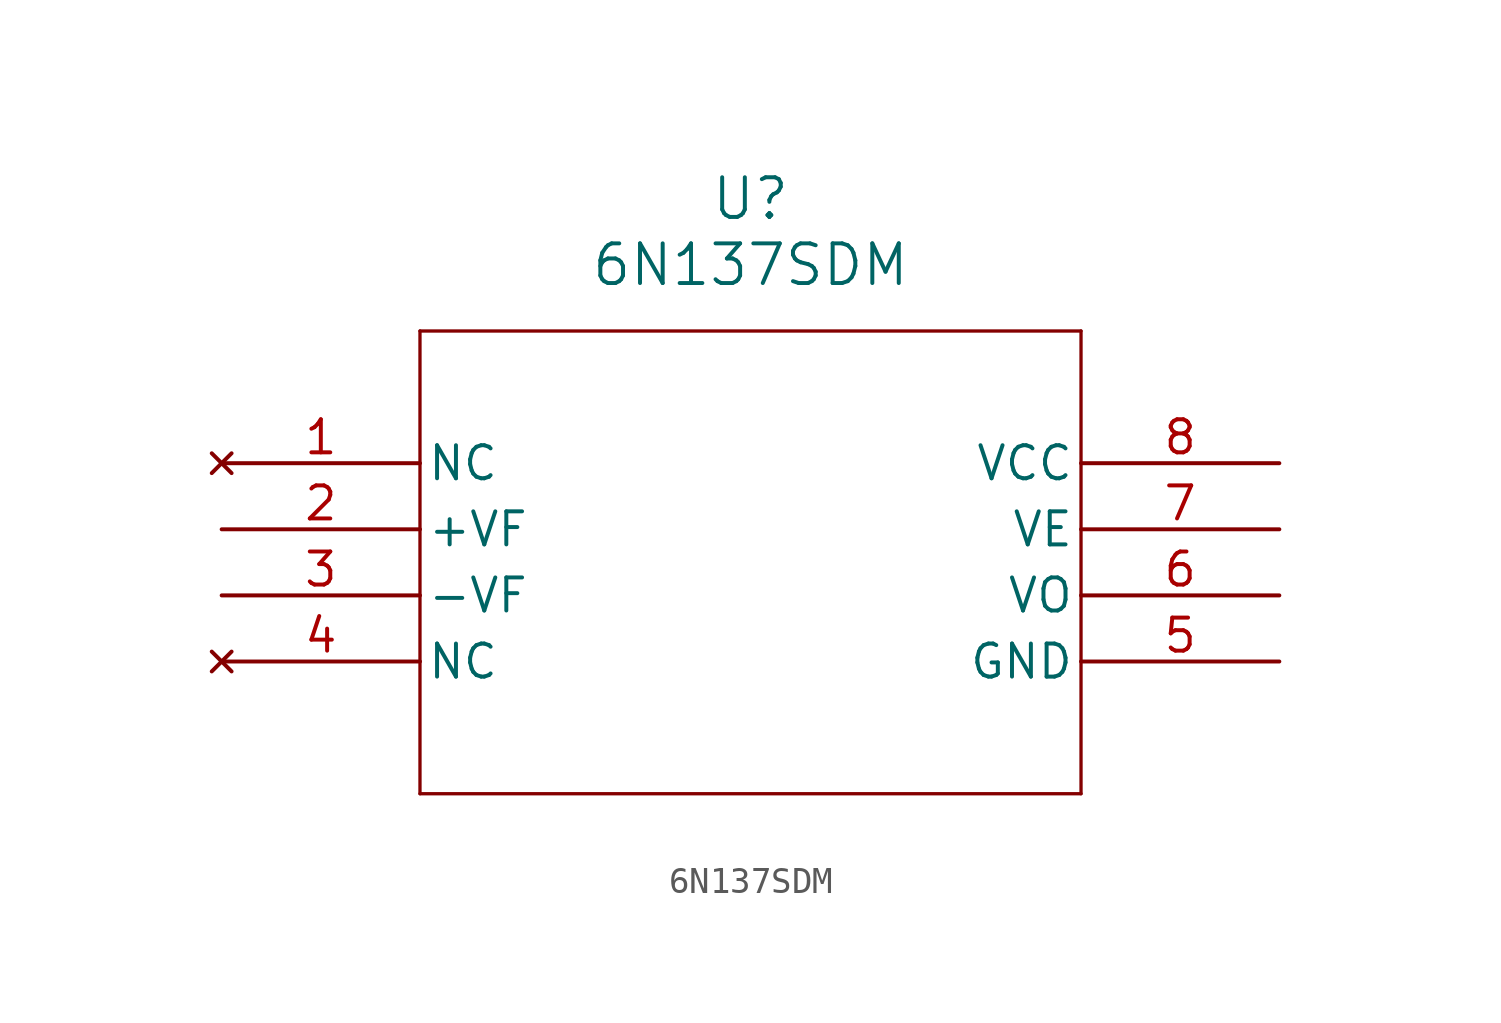
<source format=kicad_sym>
(kicad_symbol_lib
  (version 20211014)
  (generator kicad_symbol_editor)
  (symbol "6N137SDM"
    (pin_names
      (offset 0.254))
    (property "Reference" "U"
      (at 20.32 10.16 0)
      (effects (font (size 1.524 1.524))))
    (property "Value" "6N137SDM"
      (at 20.32 7.62 0)
      (effects (font (size 1.524 1.524))))
    (polyline
      (pts (xy 7.62 5.08) (xy 7.62 -12.7))
      (stroke (width 0.127) (type default) (color 0 0 0 0))
      (fill (type none)))
    (polyline
      (pts (xy 7.62 -12.7) (xy 33.02 -12.7))
      (stroke (width 0.127) (type default) (color 0 0 0 0))
      (fill (type none)))
    (polyline
      (pts (xy 33.02 -12.7) (xy 33.02 5.08))
      (stroke (width 0.127) (type default) (color 0 0 0 0))
      (fill (type none)))
    (polyline
      (pts (xy 33.02 5.08) (xy 7.62 5.08))
      (stroke (width 0.127) (type default) (color 0 0 0 0))
      (fill (type none)))
    (pin no_connect line
      (at 0 0 0)
      (length 7.62)
      (name "NC" (effects (font (size 1.27 1.27))))
      (number "1" (effects (font (size 1.27 1.27)))))
    (pin power_in line
      (at 0 -2.54 0)
      (length 7.62)
      (name "+VF" (effects (font (size 1.27 1.27))))
      (number "2" (effects (font (size 1.27 1.27)))))
    (pin power_in line
      (at 0 -5.08 0)
      (length 7.62)
      (name "-VF" (effects (font (size 1.27 1.27))))
      (number "3" (effects (font (size 1.27 1.27)))))
    (pin no_connect line
      (at 0 -7.62 0)
      (length 7.62)
      (name "NC" (effects (font (size 1.27 1.27))))
      (number "4" (effects (font (size 1.27 1.27)))))
    (pin power_out line
      (at 40.64 -7.62 180)
      (length 7.62)
      (name "GND" (effects (font (size 1.27 1.27))))
      (number "5" (effects (font (size 1.27 1.27)))))
    (pin power_in line
      (at 40.64 -5.08 180)
      (length 7.62)
      (name "VO" (effects (font (size 1.27 1.27))))
      (number "6" (effects (font (size 1.27 1.27)))))
    (pin power_in line
      (at 40.64 -2.54 180)
      (length 7.62)
      (name "VE" (effects (font (size 1.27 1.27))))
      (number "7" (effects (font (size 1.27 1.27)))))
    (pin power_in line
      (at 40.64 0 180)
      (length 7.62)
      (name "VCC" (effects (font (size 1.27 1.27))))
      (number "8" (effects (font (size 1.27 1.27)))))))
</source>
